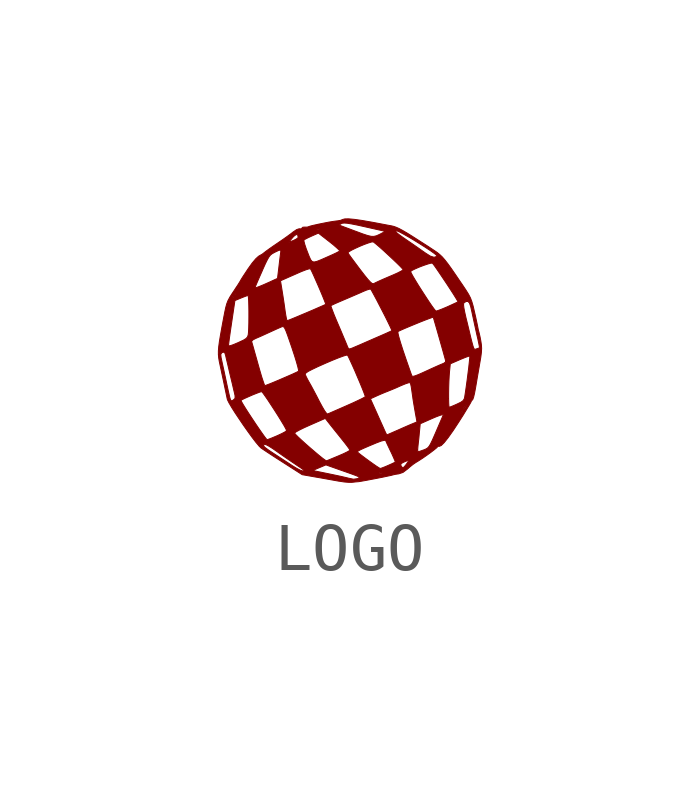
<source format=kicad_sym>
(kicad_symbol_lib
  (version 20220914)
  (generator "bitmap2component")
  (generator_version "9.0")
  (symbol "LOGO"
    (pin_names
      (offset 1.016))
    (property "Reference" "#G"
      (at 0 3.119 0)
      (effects (font (size 1.27 1.27)) hide))
    (symbol "LOGO_0_0"
      (polyline (pts (xy 0.05 -2.739) (xy 0.055 -2.738) (xy 0.125 -2.73) (xy 0.175 -2.726) (xy 0.187 -2.725) (xy 0.245 -2.715) (xy 0.336 -2.699) (xy 0.446 -2.678) (xy 0.566 -2.655) (xy 0.683 -2.632) (xy 0.785 -2.61) (xy 0.862 -2.594) (xy 0.901 -2.583) (xy 0.95 -2.572) (xy 1.019 -2.562) (xy 1.105 -2.533) (xy 1.202 -2.46) (xy 1.242 -2.424) (xy 1.314 -2.366) (xy 1.371 -2.327) (xy 1.427 -2.293) (xy 1.509 -2.24) (xy 1.597 -2.179) (xy 1.683 -2.117) (xy 1.756 -2.061) (xy 1.808 -2.018) (xy 1.827 -1.996) (xy 1.828 -1.99) (xy 1.849 -1.988) (xy 1.858 -1.991) (xy 1.901 -1.973) (xy 1.963 -1.912) (xy 2.046 -1.808) (xy 2.15 -1.661) (xy 2.276 -1.469) (xy 2.276 -1.468) (xy 2.356 -1.343) (xy 2.424 -1.231) (xy 2.479 -1.141) (xy 2.515 -1.079) (xy 2.527 -1.052) (xy 2.528 -1.047) (xy 2.551 -1.022) (xy 2.558 -1.014) (xy 2.575 -0.967) (xy 2.594 -0.888) (xy 2.613 -0.788) (xy 2.627 -0.707) (xy 2.651 -0.564) (xy 2.678 -0.409) (xy 2.703 -0.263) (xy 2.725 -0.134) (xy 2.738 -0.032) (xy 2.742 0.049) (xy 2.738 0.121) (xy 2.726 0.2) (xy 2.711 0.282) (xy 2.694 0.357) (xy 2.683 0.4) (xy 2.675 0.426) (xy 2.663 0.488) (xy 2.656 0.524) (xy 2.64 0.6) (xy 2.618 0.703) (xy 2.591 0.82) (xy 2.566 0.928) (xy 2.539 1.021) (xy 2.51 1.099) (xy 2.47 1.176) (xy 2.414 1.266) (xy 2.336 1.383) (xy 2.311 1.419) (xy 2.199 1.584) (xy 2.11 1.713) (xy 2.037 1.814) (xy 1.976 1.892) (xy 1.923 1.953) (xy 1.871 2.002) (xy 1.817 2.046) (xy 1.754 2.089) (xy 1.678 2.139) (xy 1.635 2.168) (xy 1.452 2.285) (xy 1.305 2.379) (xy 1.188 2.452) (xy 1.095 2.506) (xy 1.022 2.545) (xy 0.963 2.571) (xy 0.913 2.589) (xy 0.866 2.6) (xy 0.862 2.601) (xy 0.769 2.618) (xy 0.654 2.64) (xy 0.538 2.662) (xy 0.463 2.676) (xy 0.257 2.712) (xy 0.096 2.735) (xy -0.024 2.746) (xy -0.105 2.745) (xy -0.151 2.733) (xy -0.194 2.715) (xy -0.264 2.703) (xy -0.28 2.702) (xy -0.345 2.693) (xy -0.438 2.678) (xy -0.545 2.657) (xy -0.654 2.635) (xy -0.752 2.613) (xy -0.759 2.612) (xy -0.213 2.612) (xy -0.212 2.626) (xy -0.175 2.649) (xy -0.157 2.655) (xy -0.117 2.659) (xy -0.057 2.655) (xy 0.03 2.641) (xy 0.151 2.617) (xy 0.313 2.581) (xy 0.727 2.488) (xy 0.954 2.488) (xy 0.968 2.498) (xy 0.987 2.493) (xy 1.043 2.468) (xy 1.126 2.423) (xy 1.228 2.365) (xy 1.34 2.298) (xy 1.456 2.226) (xy 1.568 2.155) (xy 1.667 2.09) (xy 1.746 2.034) (xy 1.797 1.994) (xy 1.812 1.974) (xy 1.803 1.962) (xy 1.752 1.946) (xy 1.675 1.97) (xy 1.575 2.033) (xy 1.508 2.08) (xy 1.407 2.151) (xy 1.292 2.231) (xy 1.176 2.31) (xy 1.095 2.366) (xy 1.013 2.426) (xy 0.967 2.465) (xy 0.954 2.488) (xy 0.727 2.488) (xy 0.738 2.486) (xy 0.657 2.443) (xy 0.614 2.421) (xy 0.554 2.394) (xy 0.5 2.381) (xy 0.442 2.382) (xy 0.37 2.399) (xy 0.272 2.431) (xy 0.138 2.481) (xy 0.102 2.494) (xy -0.015 2.538) (xy -0.112 2.574) (xy -0.181 2.6) (xy -0.213 2.612) (xy -0.759 2.612) (xy -0.826 2.595) (xy -0.863 2.582) (xy -0.889 2.574) (xy -0.945 2.574) (xy -0.98 2.572) (xy -1.001 2.552) (xy -1.007 2.538) (xy -1.042 2.538) (xy -1.054 2.54) (xy -1.074 2.534) (xy -0.69 2.534) (xy -0.68 2.545) (xy -0.666 2.549) (xy -0.632 2.543) (xy -0.633 2.534) (xy -0.665 2.53) (xy -0.69 2.534) (xy -1.074 2.534) (xy -1.109 2.522) (xy -1.186 2.47) (xy -1.223 2.44) (xy -1.308 2.378) (xy -1.41 2.306) (xy -1.482 2.257) (xy -1.276 2.257) (xy -1.195 2.353) (xy -1.17 2.381) (xy -1.119 2.42) (xy -1.088 2.414) (xy -1.077 2.362) (xy -1.08 2.354) (xy -1.115 2.326) (xy -1.155 2.306) (xy -0.957 2.306) (xy -0.933 2.321) (xy -0.875 2.351) (xy -0.797 2.387) (xy -0.656 2.449) (xy -0.429 2.272) (xy -0.345 2.205) (xy -0.274 2.143) (xy -0.227 2.099) (xy -0.213 2.077) (xy -0.226 2.068) (xy -0.277 2.041) (xy -0.279 2.04) (xy -0.041 2.04) (xy -0.022 2.06) (xy 0.033 2.093) (xy 0.112 2.132) (xy 0.205 2.174) (xy 0.299 2.213) (xy 0.385 2.244) (xy 0.45 2.264) (xy 0.485 2.267) (xy 0.501 2.256) (xy 0.551 2.216) (xy 0.623 2.154) (xy 0.709 2.077) (xy 0.801 1.992) (xy 0.893 1.906) (xy 0.977 1.826) (xy 1.046 1.758) (xy 1.092 1.709) (xy 1.108 1.687) (xy 1.104 1.682) (xy 1.066 1.657) (xy 1.049 1.649) (xy 1.264 1.649) (xy 1.266 1.653) (xy 1.301 1.677) (xy 1.366 1.708) (xy 1.45 1.744) (xy 1.54 1.778) (xy 1.623 1.806) (xy 1.686 1.823) (xy 1.717 1.824) (xy 1.725 1.815) (xy 1.759 1.771) (xy 1.81 1.698) (xy 1.874 1.604) (xy 1.946 1.497) (xy 2.021 1.385) (xy 2.092 1.276) (xy 2.156 1.177) (xy 2.207 1.095) (xy 2.24 1.04) (xy 2.25 1.018) (xy 2.243 1.014) (xy 2.199 0.994) (xy 2.126 0.96) (xy 2.115 0.955) (xy 2.366 0.955) (xy 2.369 0.987) (xy 2.38 1.003) (xy 2.421 1.025) (xy 2.459 1.025) (xy 2.489 0.993) (xy 2.514 0.922) (xy 2.54 0.807) (xy 2.55 0.759) (xy 2.58 0.62) (xy 2.613 0.468) (xy 2.644 0.328) (xy 2.664 0.243) (xy 2.683 0.151) (xy 2.695 0.088) (xy 2.697 0.062) (xy 2.681 0.055) (xy 2.635 0.039) (xy 2.632 0.038) (xy 2.615 0.032) (xy 2.601 0.03) (xy 2.589 0.037) (xy 2.576 0.06) (xy 2.561 0.104) (xy 2.542 0.174) (xy 2.516 0.276) (xy 2.483 0.415) (xy 2.439 0.597) (xy 2.417 0.685) (xy 2.389 0.81) (xy 2.372 0.898) (xy 2.366 0.955) (xy 2.115 0.955) (xy 2.034 0.918) (xy 1.992 0.9) (xy 1.901 0.862) (xy 1.83 0.836) (xy 1.792 0.826) (xy 1.786 0.83) (xy 1.756 0.866) (xy 1.707 0.933) (xy 1.645 1.024) (xy 1.575 1.131) (xy 1.501 1.245) (xy 1.429 1.358) (xy 1.365 1.463) (xy 1.312 1.552) (xy 1.277 1.617) (xy 1.264 1.649) (xy 1.049 1.649) (xy 0.997 1.622) (xy 0.908 1.582) (xy 0.887 1.573) (xy 0.784 1.529) (xy 0.691 1.489) (xy 0.626 1.46) (xy 0.615 1.455) (xy 0.546 1.423) (xy 0.496 1.398) (xy 0.486 1.395) (xy 0.461 1.402) (xy 0.426 1.431) (xy 0.375 1.486) (xy 0.305 1.572) (xy 0.211 1.694) (xy 0.16 1.762) (xy 0.083 1.865) (xy 0.02 1.95) (xy -0.023 2.011) (xy -0.041 2.039) (xy -0.041 2.04) (xy -0.279 2.04) (xy -0.357 2.003) (xy -0.456 1.959) (xy -0.481 1.948) (xy -0.603 1.894) (xy -0.689 1.86) (xy -0.748 1.847) (xy -0.787 1.859) (xy -0.817 1.896) (xy -0.847 1.962) (xy -0.884 2.057) (xy -0.909 2.122) (xy -0.939 2.212) (xy -0.956 2.277) (xy -0.957 2.306) (xy -1.155 2.306) (xy -1.176 2.296) (xy -1.276 2.257) (xy -1.482 2.257) (xy -1.517 2.233) (xy -1.592 2.182) (xy -1.679 2.121) (xy -1.745 2.073) (xy -1.78 2.046) (xy -1.825 2.011) (xy -1.889 1.975) (xy -1.902 1.967) (xy -1.96 1.914) (xy -2.035 1.825) (xy -2.12 1.706) (xy -2.176 1.621) (xy -2.229 1.541) (xy -2.264 1.485) (xy -2.277 1.462) (xy -2.28 1.456) (xy -2.303 1.418) (xy -2.344 1.353) (xy -2.372 1.312) (xy -1.977 1.312) (xy -1.975 1.317) (xy -1.958 1.359) (xy -1.926 1.435) (xy -1.882 1.536) (xy -1.829 1.655) (xy -1.813 1.693) (xy -1.759 1.813) (xy -1.717 1.898) (xy -1.683 1.956) (xy -1.652 1.994) (xy -1.617 2.021) (xy -1.573 2.045) (xy -1.552 2.056) (xy -1.484 2.088) (xy -1.45 2.097) (xy -1.438 2.083) (xy -1.441 2.046) (xy -1.444 2.025) (xy -1.453 1.956) (xy -1.465 1.859) (xy -1.478 1.748) (xy -1.507 1.506) (xy -1.615 1.457) (xy -1.445 1.457) (xy -1.342 1.502) (xy -1.329 1.508) (xy -1.248 1.544) (xy -1.145 1.589) (xy -1.039 1.636) (xy -0.999 1.653) (xy -0.913 1.686) (xy -0.851 1.705) (xy -0.823 1.706) (xy -0.815 1.695) (xy -0.79 1.645) (xy -0.753 1.565) (xy -0.709 1.465) (xy -0.66 1.354) (xy -0.612 1.242) (xy -0.568 1.137) (xy -0.533 1.05) (xy -0.51 0.99) (xy -0.504 0.966) (xy -0.519 0.959) (xy -0.562 0.939) (xy -0.396 0.939) (xy -0.374 0.95) (xy -0.315 0.978) (xy -0.228 1.016) (xy -0.123 1.061) (xy -0.043 1.095) (xy 0.082 1.149) (xy 0.196 1.198) (xy 0.281 1.236) (xy 0.349 1.264) (xy 0.408 1.282) (xy 0.434 1.282) (xy 0.456 1.244) (xy 0.502 1.16) (xy 0.559 1.054) (xy 0.62 0.936) (xy 0.683 0.814) (xy 0.744 0.695) (xy 0.797 0.587) (xy 0.839 0.5) (xy 0.866 0.44) (xy 0.873 0.417) (xy 0.863 0.412) (xy 0.814 0.39) (xy 0.772 0.371) (xy 1 0.371) (xy 1.001 0.4) (xy 1.008 0.404) (xy 1.057 0.427) (xy 1.136 0.462) (xy 1.236 0.504) (xy 1.347 0.55) (xy 1.459 0.596) (xy 1.563 0.637) (xy 1.651 0.67) (xy 1.711 0.692) (xy 1.734 0.698) (xy 1.74 0.683) (xy 1.757 0.625) (xy 1.784 0.532) (xy 1.819 0.411) (xy 1.859 0.27) (xy 1.903 0.115) (xy 1.948 -0.045) (xy 1.992 -0.204) (xy 1.99 -0.234) (xy 1.949 -0.264) (xy 1.936 -0.268) (xy 1.876 -0.293) (xy 1.79 -0.331) (xy 1.692 -0.375) (xy 1.645 -0.397) (xy 1.514 -0.457) (xy 1.421 -0.498) (xy 1.357 -0.522) (xy 1.319 -0.532) (xy 1.298 -0.53) (xy 1.288 -0.518) (xy 1.264 -0.452) (xy 1.176 -0.2) (xy 1.105 0.009) (xy 1.052 0.175) (xy 1.017 0.295) (xy 1 0.371) (xy 0.772 0.371) (xy 0.732 0.353) (xy 0.625 0.306) (xy 0.5 0.252) (xy 0.434 0.223) (xy 0.306 0.167) (xy 0.194 0.118) (xy 0.107 0.081) (xy 0.056 0.059) (xy 0.044 0.054) (xy -0.006 0.037) (xy -0.032 0.048) (xy -0.052 0.092) (xy -0.062 0.117) (xy -0.091 0.188) (xy -0.134 0.289) (xy -0.185 0.411) (xy -0.242 0.544) (xy -0.283 0.64) (xy -0.331 0.756) (xy -0.367 0.85) (xy -0.39 0.913) (xy -0.396 0.939) (xy -0.562 0.939) (xy -0.574 0.934) (xy -0.661 0.896) (xy -0.773 0.847) (xy -0.902 0.792) (xy -1.002 0.75) (xy -1.12 0.7) (xy -1.215 0.661) (xy -1.28 0.635) (xy -1.306 0.626) (xy -1.31 0.63) (xy -1.322 0.672) (xy -1.336 0.747) (xy -1.351 0.845) (xy -1.352 0.855) (xy -1.371 0.99) (xy -1.393 1.135) (xy -1.413 1.26) (xy -1.445 1.457) (xy -1.615 1.457) (xy -1.673 1.43) (xy -1.792 1.377) (xy -1.893 1.335) (xy -1.955 1.313) (xy -1.977 1.312) (xy -2.372 1.312) (xy -2.399 1.27) (xy -2.453 1.189) (xy -2.402 1.189) (xy -2.39 1.201) (xy -2.377 1.189) (xy -2.39 1.176) (xy -2.402 1.189) (xy -2.453 1.189) (xy -2.455 1.186) (xy -2.501 1.114) (xy -2.453 1.114) (xy -2.44 1.126) (xy -2.427 1.114) (xy -2.44 1.101) (xy -2.453 1.114) (xy -2.501 1.114) (xy -2.503 1.109) (xy -2.538 1.044) (xy -2.564 0.977) (xy -2.586 0.897) (xy -2.608 0.792) (xy -2.635 0.651) (xy -2.666 0.485) (xy -2.696 0.317) (xy -2.718 0.185) (xy -2.727 0.114) (xy -2.527 0.114) (xy -2.526 0.126) (xy -2.519 0.184) (xy -2.506 0.282) (xy -2.487 0.416) (xy -2.463 0.579) (xy -2.435 0.767) (xy -2.394 1.045) (xy -2.266 1.098) (xy -2.214 1.119) (xy -2.152 1.142) (xy -2.12 1.151) (xy -2.119 1.15) (xy -2.113 1.116) (xy -2.108 1.044) (xy -2.105 0.945) (xy -2.103 0.828) (xy -2.103 0.704) (xy -2.104 0.582) (xy -2.107 0.473) (xy -2.111 0.386) (xy -2.117 0.331) (xy -2.131 0.29) (xy -2.161 0.255) (xy -2.216 0.221) (xy -2.281 0.191) (xy -2.045 0.191) (xy -2.045 0.199) (xy -2.017 0.227) (xy -1.96 0.257) (xy -1.945 0.263) (xy -1.868 0.296) (xy -1.769 0.341) (xy -1.664 0.389) (xy -1.629 0.405) (xy -1.535 0.448) (xy -1.458 0.482) (xy -1.413 0.501) (xy -1.412 0.501) (xy -1.393 0.504) (xy -1.376 0.495) (xy -1.356 0.467) (xy -1.332 0.415) (xy -1.301 0.333) (xy -1.26 0.216) (xy -1.205 0.056) (xy -1.199 0.037) (xy -1.152 -0.105) (xy -1.114 -0.229) (xy -1.086 -0.329) (xy -1.07 -0.397) (xy -1.068 -0.425) (xy -1.074 -0.429) (xy -1.118 -0.451) (xy -1.19 -0.484) (xy -0.931 -0.484) (xy -0.914 -0.462) (xy -0.868 -0.43) (xy -0.786 -0.388) (xy -0.667 -0.331) (xy -0.505 -0.259) (xy -0.37 -0.201) (xy -0.246 -0.151) (xy -0.147 -0.114) (xy -0.08 -0.093) (xy -0.051 -0.09) (xy -0.05 -0.092) (xy -0.029 -0.129) (xy 0.005 -0.201) (xy 0.05 -0.299) (xy 0.101 -0.413) (xy 0.153 -0.536) (xy 0.205 -0.657) (xy 0.251 -0.769) (xy 0.288 -0.862) (xy 0.312 -0.927) (xy 0.32 -0.955) (xy 0.308 -0.965) (xy 0.257 -0.993) (xy 0.243 -1) (xy 0.427 -1) (xy 0.57 -0.935) (xy 0.636 -0.906) (xy 0.729 -0.867) (xy 0.801 -0.839) (xy 0.801 -0.838) (xy 0.869 -0.811) (xy 0.962 -0.772) (xy 1.06 -0.728) (xy 1.074 -0.722) (xy 1.157 -0.688) (xy 1.22 -0.667) (xy 1.251 -0.663) (xy 1.263 -0.687) (xy 1.277 -0.749) (xy 1.289 -0.832) (xy 1.294 -0.867) (xy 1.31 -0.978) (xy 1.312 -0.996) (xy 2.055 -0.996) (xy 2.055 -0.882) (xy 2.057 -0.759) (xy 2.061 -0.636) (xy 2.067 -0.523) (xy 2.074 -0.43) (xy 2.09 -0.272) (xy 2.288 -0.186) (xy 2.326 -0.17) (xy 2.41 -0.136) (xy 2.47 -0.115) (xy 2.496 -0.11) (xy 2.497 -0.119) (xy 2.493 -0.169) (xy 2.484 -0.253) (xy 2.472 -0.363) (xy 2.456 -0.489) (xy 2.439 -0.622) (xy 2.421 -0.752) (xy 2.404 -0.87) (xy 2.389 -0.967) (xy 2.382 -0.997) (xy 2.359 -1.036) (xy 2.312 -1.07) (xy 2.23 -1.11) (xy 2.158 -1.142) (xy 2.097 -1.167) (xy 2.068 -1.176) (xy 2.061 -1.153) (xy 2.057 -1.089) (xy 2.055 -0.996) (xy 1.312 -0.996) (xy 1.33 -1.107) (xy 1.348 -1.214) (xy 2.359 -1.214) (xy 2.376 -1.179) (xy 2.403 -1.139) (xy 2.43 -1.112) (xy 2.433 -1.11) (xy 2.436 -1.121) (xy 2.414 -1.161) (xy 2.413 -1.163) (xy 2.381 -1.208) (xy 2.361 -1.226) (xy 2.359 -1.214) (xy 1.348 -1.214) (xy 1.352 -1.235) (xy 1.363 -1.3) (xy 2.308 -1.3) (xy 2.315 -1.276) (xy 2.32 -1.269) (xy 2.343 -1.251) (xy 2.346 -1.253) (xy 2.34 -1.276) (xy 2.335 -1.284) (xy 2.312 -1.301) (xy 2.308 -1.3) (xy 1.363 -1.3) (xy 1.396 -1.481) (xy 1.305 -1.519) (xy 1.282 -1.528) (xy 1.203 -1.562) (xy 1.102 -1.606) (xy 0.995 -1.654) (xy 0.937 -1.679) (xy 0.853 -1.716) (xy 0.793 -1.742) (xy 0.769 -1.751) (xy 0.767 -1.749) (xy 0.749 -1.716) (xy 0.722 -1.658) (xy 0.698 -1.603) (xy 0.657 -1.512) (xy 0.607 -1.401) (xy 0.554 -1.282) (xy 0.427 -1) (xy 0.243 -1) (xy 0.172 -1.034) (xy 0.063 -1.085) (xy -0.063 -1.141) (xy -0.149 -1.179) (xy -0.268 -1.231) (xy -0.366 -1.274) (xy -0.435 -1.304) (xy -0.467 -1.317) (xy -0.487 -1.303) (xy -0.526 -1.25) (xy -0.577 -1.163) (xy -0.637 -1.052) (xy -0.692 -0.944) (xy -0.755 -0.825) (xy -0.81 -0.723) (xy -0.851 -0.651) (xy -0.88 -0.599) (xy -0.914 -0.531) (xy -0.931 -0.488) (xy -0.931 -0.484) (xy -1.19 -0.484) (xy -1.196 -0.487) (xy -1.299 -0.532) (xy -1.419 -0.584) (xy -1.465 -0.604) (xy -1.579 -0.652) (xy -1.674 -0.691) (xy -1.74 -0.716) (xy -1.769 -0.726) (xy -1.782 -0.704) (xy -1.804 -0.641) (xy -1.836 -0.544) (xy -1.872 -0.422) (xy -1.912 -0.281) (xy -1.95 -0.145) (xy -1.986 -0.018) (xy -2.015 0.086) (xy -2.036 0.159) (xy -2.045 0.191) (xy -2.281 0.191) (xy -2.308 0.178) (xy -2.33 0.168) (xy -2.427 0.127) (xy -2.488 0.106) (xy -2.519 0.102) (xy -2.527 0.114) (xy -2.727 0.114) (xy -2.732 0.08) (xy -2.738 -0.005) (xy -2.738 -0.076) (xy -2.688 -0.076) (xy -2.67 -0.045) (xy -2.636 -0.028) (xy -2.607 -0.039) (xy -2.588 -0.094) (xy -2.586 -0.104) (xy -2.572 -0.166) (xy -2.549 -0.262) (xy -2.521 -0.381) (xy -2.49 -0.513) (xy -2.48 -0.555) (xy -2.449 -0.683) (xy -2.423 -0.796) (xy -2.402 -0.883) (xy -2.392 -0.931) (xy -2.391 -0.935) (xy -2.391 -0.991) (xy -2.428 -1.026) (xy -2.439 -1.032) (xy -2.267 -1.032) (xy -2.249 -1.021) (xy -2.193 -0.993) (xy -2.114 -0.958) (xy -2.025 -0.919) (xy -1.94 -0.885) (xy -1.873 -0.86) (xy -1.838 -0.851) (xy -1.835 -0.852) (xy -1.809 -0.882) (xy -1.764 -0.945) (xy -1.704 -1.032) (xy -1.636 -1.136) (xy -1.563 -1.248) (xy -1.491 -1.361) (xy -1.426 -1.467) (xy -1.371 -1.558) (xy -1.334 -1.625) (xy -1.318 -1.661) (xy -1.321 -1.666) (xy -1.355 -1.691) (xy -1.399 -1.714) (xy -1.152 -1.714) (xy -1.15 -1.71) (xy -1.116 -1.686) (xy -1.046 -1.648) (xy -0.95 -1.601) (xy -0.834 -1.549) (xy -0.513 -1.408) (xy -0.401 -1.551) (xy -0.389 -1.566) (xy -0.314 -1.66) (xy -0.226 -1.769) (xy -0.144 -1.872) (xy -0.112 -1.912) (xy -0.055 -1.986) (xy -0.015 -2.042) (xy -0.000300 -2.069) (xy -0.01 -2.079) (xy -0.056 -2.106) (xy 0.157 -2.106) (xy 0.159 -2.098) (xy 0.179 -2.083) (xy 0.222 -2.06) (xy 0.294 -2.027) (xy 0.401 -1.981) (xy 0.549 -1.919) (xy 0.649 -1.881) (xy 0.717 -1.864) (xy 0.744 -1.87) (xy 0.749 -1.881) (xy 0.771 -1.931) (xy 0.808 -2.009) (xy 0.832 -2.06) (xy 1.411 -2.06) (xy 1.416 -1.996) (xy 1.424 -1.92) (xy 1.436 -1.814) (xy 1.446 -1.705) (xy 1.464 -1.52) (xy 1.71 -1.411) (xy 1.795 -1.375) (xy 1.876 -1.345) (xy 1.929 -1.33) (xy 1.944 -1.333) (xy 1.942 -1.34) (xy 1.922 -1.387) (xy 1.887 -1.467) (xy 1.842 -1.572) (xy 1.79 -1.693) (xy 1.766 -1.748) (xy 1.716 -1.862) (xy 1.678 -1.94) (xy 1.647 -1.991) (xy 1.618 -2.023) (xy 1.585 -2.044) (xy 1.543 -2.062) (xy 1.512 -2.073) (xy 1.452 -2.094) (xy 1.42 -2.102) (xy 1.415 -2.098) (xy 1.411 -2.06) (xy 0.832 -2.06) (xy 0.853 -2.103) (xy 0.876 -2.151) (xy 0.913 -2.234) (xy 0.938 -2.293) (xy 0.944 -2.317) (xy 0.923 -2.329) (xy 0.869 -2.355) (xy 0.866 -2.356) (xy 1.061 -2.356) (xy 1.071 -2.347) (xy 1.111 -2.324) (xy 1.163 -2.301) (xy 1.207 -2.286) (xy 1.226 -2.286) (xy 1.225 -2.289) (xy 1.204 -2.321) (xy 1.167 -2.373) (xy 1.128 -2.42) (xy 1.101 -2.434) (xy 1.077 -2.416) (xy 1.063 -2.392) (xy 1.061 -2.356) (xy 0.866 -2.356) (xy 0.792 -2.389) (xy 0.724 -2.418) (xy 0.662 -2.442) (xy 0.631 -2.451) (xy 0.606 -2.437) (xy 0.55 -2.401) (xy 0.474 -2.348) (xy 0.389 -2.287) (xy 0.305 -2.225) (xy 0.231 -2.169) (xy 0.178 -2.127) (xy 0.157 -2.106) (xy -0.056 -2.106) (xy -0.057 -2.106) (xy -0.135 -2.144) (xy -0.232 -2.186) (xy -0.297 -2.213) (xy -0.388 -2.251) (xy -0.456 -2.279) (xy -0.488 -2.291) (xy -0.51 -2.28) (xy -0.563 -2.242) (xy -0.638 -2.182) (xy -0.727 -2.107) (xy -0.824 -2.024) (xy -0.921 -1.939) (xy -1.009 -1.859) (xy -1.082 -1.791) (xy -1.132 -1.74) (xy -1.152 -1.714) (xy -1.399 -1.714) (xy -1.422 -1.726) (xy -1.51 -1.767) (xy -1.545 -1.782) (xy -1.631 -1.818) (xy -1.694 -1.842) (xy -1.723 -1.852) (xy -1.735 -1.841) (xy -1.771 -1.796) (xy -1.824 -1.722) (xy -1.89 -1.627) (xy -1.963 -1.52) (xy -2.038 -1.407) (xy -2.111 -1.296) (xy -2.175 -1.196) (xy -2.226 -1.113) (xy -2.258 -1.056) (xy -2.267 -1.032) (xy -2.439 -1.032) (xy -2.444 -1.035) (xy -2.461 -1.042) (xy -2.474 -1.038) (xy -2.487 -1.016) (xy -2.501 -0.97) (xy -2.519 -0.893) (xy -2.544 -0.781) (xy -2.577 -0.626) (xy -2.587 -0.579) (xy -2.616 -0.444) (xy -2.643 -0.321) (xy -2.664 -0.224) (xy -2.677 -0.163) (xy -2.682 -0.14) (xy -2.688 -0.076) (xy -2.738 -0.076) (xy -2.738 -0.078) (xy -2.732 -0.147) (xy -2.72 -0.218) (xy -2.703 -0.3) (xy -2.631 -0.635) (xy -2.554 -1.003) (xy -2.549 -1.02) (xy -2.517 -1.085) (xy -2.462 -1.179) (xy -2.39 -1.293) (xy -2.305 -1.42) (xy -2.215 -1.553) (xy -2.123 -1.683) (xy -2.036 -1.803) (xy -1.958 -1.905) (xy -1.897 -1.977) (xy -1.801 -1.977) (xy -1.797 -1.958) (xy -1.758 -1.952) (xy -1.74 -1.958) (xy -1.685 -1.987) (xy -1.608 -2.036) (xy -1.518 -2.098) (xy -1.485 -2.122) (xy -1.364 -2.207) (xy -1.239 -2.293) (xy -1.132 -2.365) (xy -1.097 -2.389) (xy -1.022 -2.439) (xy -0.97 -2.477) (xy -0.952 -2.493) (xy -0.776 -2.493) (xy -0.637 -2.434) (xy -0.499 -2.376) (xy -0.206 -2.48) (xy -0.097 -2.518) (xy -0.018 -2.546) (xy 0.611 -2.546) (xy 0.621 -2.535) (xy 0.635 -2.531) (xy 0.669 -2.537) (xy 0.668 -2.546) (xy 0.636 -2.55) (xy 0.611 -2.546) (xy -0.018 -2.546) (xy 0.024 -2.561) (xy 0.108 -2.592) (xy 0.161 -2.613) (xy 0.188 -2.627) (xy 0.195 -2.637) (xy 0.189 -2.645) (xy 0.174 -2.654) (xy 0.156 -2.663) (xy 0.075 -2.674) (xy -0.038 -2.651) (xy -0.043 -2.649) (xy -0.102 -2.635) (xy -0.197 -2.613) (xy -0.315 -2.588) (xy -0.444 -2.561) (xy -0.776 -2.493) (xy -0.952 -2.493) (xy -0.951 -2.494) (xy -0.951 -2.496) (xy -0.974 -2.505) (xy -1.028 -2.489) (xy -1.106 -2.449) (xy -1.201 -2.391) (xy -1.247 -2.36) (xy -1.356 -2.289) (xy -1.478 -2.209) (xy -1.595 -2.133) (xy -1.694 -2.067) (xy -1.767 -2.013) (xy -1.801 -1.977) (xy -1.897 -1.977) (xy -1.895 -1.981) (xy -1.852 -2.023) (xy -1.813 -2.05) (xy -1.737 -2.101) (xy -1.635 -2.168) (xy -1.515 -2.246) (xy -1.385 -2.329) (xy -0.993 -2.58) (xy -0.703 -2.631) (xy -0.609 -2.647) (xy -0.465 -2.673) (xy -0.331 -2.697) (xy -0.225 -2.716) (xy -0.221 -2.716) (xy -0.116 -2.732) (xy -0.018 -2.74) (xy 0.05 -2.739)) (stroke (width 0.01) (type default)) (fill (type outline))))))
</source>
